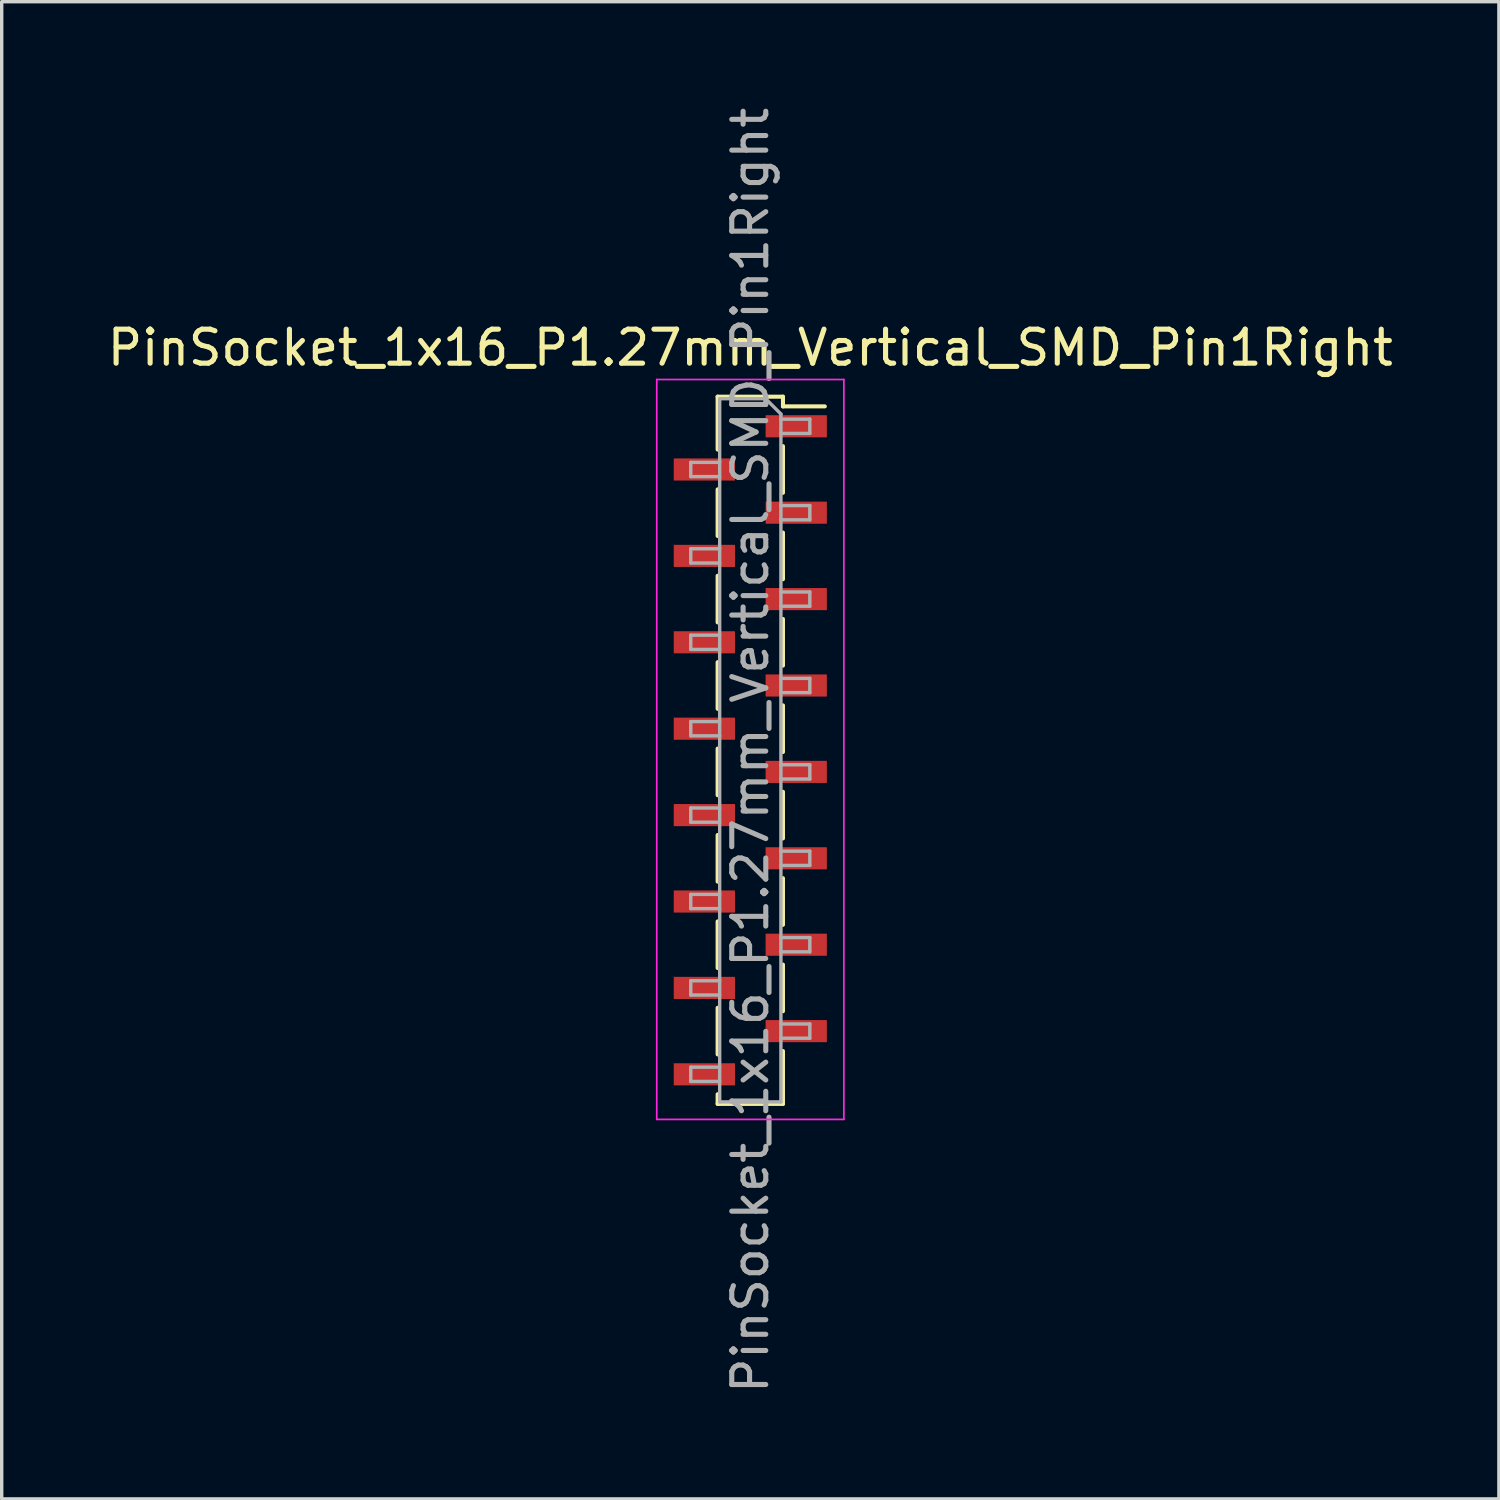
<source format=kicad_pcb>
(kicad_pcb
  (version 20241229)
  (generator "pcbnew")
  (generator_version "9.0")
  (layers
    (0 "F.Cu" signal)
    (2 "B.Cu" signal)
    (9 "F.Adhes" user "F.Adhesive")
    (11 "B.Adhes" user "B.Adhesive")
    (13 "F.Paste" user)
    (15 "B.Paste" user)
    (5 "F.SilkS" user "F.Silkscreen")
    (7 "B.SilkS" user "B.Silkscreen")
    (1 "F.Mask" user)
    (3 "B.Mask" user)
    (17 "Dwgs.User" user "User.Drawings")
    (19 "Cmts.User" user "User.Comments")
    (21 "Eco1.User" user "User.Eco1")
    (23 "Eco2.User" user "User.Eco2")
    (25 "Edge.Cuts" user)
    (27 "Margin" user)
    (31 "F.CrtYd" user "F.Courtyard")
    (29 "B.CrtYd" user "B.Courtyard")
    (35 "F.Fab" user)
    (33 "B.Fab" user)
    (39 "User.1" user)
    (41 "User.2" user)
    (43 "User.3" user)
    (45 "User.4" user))
  (footprint "PinSocket_1x16_P1.27mm_Vertical_SMD_Pin1Right"
    (layer "F.Cu")
    (at 19.006 19.006)
    (property "Reference" "PinSocket_1x16_P1.27mm_Vertical_SMD_Pin1Right" (at 0 -11.835 0) (layer "F.SilkS") (effects (font (size 1 1) (thickness 0.15))))
    (attr smd)
    (fp_line (start -0.96 -10.395) (end -0.96 -8.84) (stroke (width 0.12) (type solid)) (layer "F.SilkS"))
    (fp_line (start -0.96 -10.395) (end 0.96 -10.395) (stroke (width 0.12) (type solid)) (layer "F.SilkS"))
    (fp_line (start -0.96 -7.67) (end -0.96 -6.3) (stroke (width 0.12) (type solid)) (layer "F.SilkS"))
    (fp_line (start -0.96 -5.13) (end -0.96 -3.76) (stroke (width 0.12) (type solid)) (layer "F.SilkS"))
    (fp_line (start -0.96 -2.59) (end -0.96 -1.22) (stroke (width 0.12) (type solid)) (layer "F.SilkS"))
    (fp_line (start -0.96 -0.05) (end -0.96 1.32) (stroke (width 0.12) (type solid)) (layer "F.SilkS"))
    (fp_line (start -0.96 2.49) (end -0.96 3.86) (stroke (width 0.12) (type solid)) (layer "F.SilkS"))
    (fp_line (start -0.96 5.03) (end -0.96 6.4) (stroke (width 0.12) (type solid)) (layer "F.SilkS"))
    (fp_line (start -0.96 7.57) (end -0.96 8.94) (stroke (width 0.12) (type solid)) (layer "F.SilkS"))
    (fp_line (start -0.96 10.11) (end -0.96 10.395) (stroke (width 0.12) (type solid)) (layer "F.SilkS"))
    (fp_line (start -0.96 10.395) (end 0.96 10.395) (stroke (width 0.12) (type solid)) (layer "F.SilkS"))
    (fp_line (start 0.96 -10.395) (end 0.96 -10.11) (stroke (width 0.12) (type solid)) (layer "F.SilkS"))
    (fp_line (start 0.96 -10.11) (end 2.19 -10.11) (stroke (width 0.12) (type solid)) (layer "F.SilkS"))
    (fp_line (start 0.96 -8.94) (end 0.96 -7.57) (stroke (width 0.12) (type solid)) (layer "F.SilkS"))
    (fp_line (start 0.96 -6.4) (end 0.96 -5.03) (stroke (width 0.12) (type solid)) (layer "F.SilkS"))
    (fp_line (start 0.96 -3.86) (end 0.96 -2.49) (stroke (width 0.12) (type solid)) (layer "F.SilkS"))
    (fp_line (start 0.96 -1.32) (end 0.96 0.05) (stroke (width 0.12) (type solid)) (layer "F.SilkS"))
    (fp_line (start 0.96 1.22) (end 0.96 2.59) (stroke (width 0.12) (type solid)) (layer "F.SilkS"))
    (fp_line (start 0.96 3.76) (end 0.96 5.13) (stroke (width 0.12) (type solid)) (layer "F.SilkS"))
    (fp_line (start 0.96 6.3) (end 0.96 7.67) (stroke (width 0.12) (type solid)) (layer "F.SilkS"))
    (fp_line (start 0.96 8.84) (end 0.96 10.395) (stroke (width 0.12) (type solid)) (layer "F.SilkS"))
    (fp_line (start -2.75 -10.9) (end 2.75 -10.9) (stroke (width 0.05) (type solid)) (layer "F.CrtYd"))
    (fp_line (start -2.75 10.85) (end -2.75 -10.9) (stroke (width 0.05) (type solid)) (layer "F.CrtYd"))
    (fp_line (start 2.75 -10.9) (end 2.75 10.85) (stroke (width 0.05) (type solid)) (layer "F.CrtYd"))
    (fp_line (start 2.75 10.85) (end -2.75 10.85) (stroke (width 0.05) (type solid)) (layer "F.CrtYd"))
    (fp_line (start -1.75 -8.465) (end -0.9 -8.465) (stroke (width 0.1) (type solid)) (layer "F.Fab"))
    (fp_line (start -1.75 -8.045) (end -1.75 -8.465) (stroke (width 0.1) (type solid)) (layer "F.Fab"))
    (fp_line (start -1.75 -5.925) (end -0.9 -5.925) (stroke (width 0.1) (type solid)) (layer "F.Fab"))
    (fp_line (start -1.75 -5.505) (end -1.75 -5.925) (stroke (width 0.1) (type solid)) (layer "F.Fab"))
    (fp_line (start -1.75 -3.385) (end -0.9 -3.385) (stroke (width 0.1) (type solid)) (layer "F.Fab"))
    (fp_line (start -1.75 -2.965) (end -1.75 -3.385) (stroke (width 0.1) (type solid)) (layer "F.Fab"))
    (fp_line (start -1.75 -0.845) (end -0.9 -0.845) (stroke (width 0.1) (type solid)) (layer "F.Fab"))
    (fp_line (start -1.75 -0.425) (end -1.75 -0.845) (stroke (width 0.1) (type solid)) (layer "F.Fab"))
    (fp_line (start -1.75 1.695) (end -0.9 1.695) (stroke (width 0.1) (type solid)) (layer "F.Fab"))
    (fp_line (start -1.75 2.115) (end -1.75 1.695) (stroke (width 0.1) (type solid)) (layer "F.Fab"))
    (fp_line (start -1.75 4.235) (end -0.9 4.235) (stroke (width 0.1) (type solid)) (layer "F.Fab"))
    (fp_line (start -1.75 4.655) (end -1.75 4.235) (stroke (width 0.1) (type solid)) (layer "F.Fab"))
    (fp_line (start -1.75 6.775) (end -0.9 6.775) (stroke (width 0.1) (type solid)) (layer "F.Fab"))
    (fp_line (start -1.75 7.195) (end -1.75 6.775) (stroke (width 0.1) (type solid)) (layer "F.Fab"))
    (fp_line (start -1.75 9.315) (end -0.9 9.315) (stroke (width 0.1) (type solid)) (layer "F.Fab"))
    (fp_line (start -1.75 9.735) (end -1.75 9.315) (stroke (width 0.1) (type solid)) (layer "F.Fab"))
    (fp_line (start -0.9 -10.335) (end 0.45 -10.335) (stroke (width 0.1) (type solid)) (layer "F.Fab"))
    (fp_line (start -0.9 -8.045) (end -1.75 -8.045) (stroke (width 0.1) (type solid)) (layer "F.Fab"))
    (fp_line (start -0.9 -5.505) (end -1.75 -5.505) (stroke (width 0.1) (type solid)) (layer "F.Fab"))
    (fp_line (start -0.9 -2.965) (end -1.75 -2.965) (stroke (width 0.1) (type solid)) (layer "F.Fab"))
    (fp_line (start -0.9 -0.425) (end -1.75 -0.425) (stroke (width 0.1) (type solid)) (layer "F.Fab"))
    (fp_line (start -0.9 2.115) (end -1.75 2.115) (stroke (width 0.1) (type solid)) (layer "F.Fab"))
    (fp_line (start -0.9 4.655) (end -1.75 4.655) (stroke (width 0.1) (type solid)) (layer "F.Fab"))
    (fp_line (start -0.9 7.195) (end -1.75 7.195) (stroke (width 0.1) (type solid)) (layer "F.Fab"))
    (fp_line (start -0.9 9.735) (end -1.75 9.735) (stroke (width 0.1) (type solid)) (layer "F.Fab"))
    (fp_line (start -0.9 10.335) (end -0.9 -10.335) (stroke (width 0.1) (type solid)) (layer "F.Fab"))
    (fp_line (start 0.45 -10.335) (end 0.9 -9.885) (stroke (width 0.1) (type solid)) (layer "F.Fab"))
    (fp_line (start 0.9 -9.885) (end 0.9 10.335) (stroke (width 0.1) (type solid)) (layer "F.Fab"))
    (fp_line (start 0.9 -9.735) (end 1.75 -9.735) (stroke (width 0.1) (type solid)) (layer "F.Fab"))
    (fp_line (start 0.9 -7.195) (end 1.75 -7.195) (stroke (width 0.1) (type solid)) (layer "F.Fab"))
    (fp_line (start 0.9 -4.655) (end 1.75 -4.655) (stroke (width 0.1) (type solid)) (layer "F.Fab"))
    (fp_line (start 0.9 -2.115) (end 1.75 -2.115) (stroke (width 0.1) (type solid)) (layer "F.Fab"))
    (fp_line (start 0.9 0.425) (end 1.75 0.425) (stroke (width 0.1) (type solid)) (layer "F.Fab"))
    (fp_line (start 0.9 2.965) (end 1.75 2.965) (stroke (width 0.1) (type solid)) (layer "F.Fab"))
    (fp_line (start 0.9 5.505) (end 1.75 5.505) (stroke (width 0.1) (type solid)) (layer "F.Fab"))
    (fp_line (start 0.9 8.045) (end 1.75 8.045) (stroke (width 0.1) (type solid)) (layer "F.Fab"))
    (fp_line (start 0.9 10.335) (end -0.9 10.335) (stroke (width 0.1) (type solid)) (layer "F.Fab"))
    (fp_line (start 1.75 -9.735) (end 1.75 -9.315) (stroke (width 0.1) (type solid)) (layer "F.Fab"))
    (fp_line (start 1.75 -9.315) (end 0.9 -9.315) (stroke (width 0.1) (type solid)) (layer "F.Fab"))
    (fp_line (start 1.75 -7.195) (end 1.75 -6.775) (stroke (width 0.1) (type solid)) (layer "F.Fab"))
    (fp_line (start 1.75 -6.775) (end 0.9 -6.775) (stroke (width 0.1) (type solid)) (layer "F.Fab"))
    (fp_line (start 1.75 -4.655) (end 1.75 -4.235) (stroke (width 0.1) (type solid)) (layer "F.Fab"))
    (fp_line (start 1.75 -4.235) (end 0.9 -4.235) (stroke (width 0.1) (type solid)) (layer "F.Fab"))
    (fp_line (start 1.75 -2.115) (end 1.75 -1.695) (stroke (width 0.1) (type solid)) (layer "F.Fab"))
    (fp_line (start 1.75 -1.695) (end 0.9 -1.695) (stroke (width 0.1) (type solid)) (layer "F.Fab"))
    (fp_line (start 1.75 0.425) (end 1.75 0.845) (stroke (width 0.1) (type solid)) (layer "F.Fab"))
    (fp_line (start 1.75 0.845) (end 0.9 0.845) (stroke (width 0.1) (type solid)) (layer "F.Fab"))
    (fp_line (start 1.75 2.965) (end 1.75 3.385) (stroke (width 0.1) (type solid)) (layer "F.Fab"))
    (fp_line (start 1.75 3.385) (end 0.9 3.385) (stroke (width 0.1) (type solid)) (layer "F.Fab"))
    (fp_line (start 1.75 5.505) (end 1.75 5.925) (stroke (width 0.1) (type solid)) (layer "F.Fab"))
    (fp_line (start 1.75 5.925) (end 0.9 5.925) (stroke (width 0.1) (type solid)) (layer "F.Fab"))
    (fp_line (start 1.75 8.045) (end 1.75 8.465) (stroke (width 0.1) (type solid)) (layer "F.Fab"))
    (fp_line (start 1.75 8.465) (end 0.9 8.465) (stroke (width 0.1) (type solid)) (layer "F.Fab"))
    (fp_text user "${REFERENCE}" (at 0 0 90) (layer "F.Fab") (effects (font (size 1 1) (thickness 0.15))))
    (pad "1" smd rect (at 1.35 -9.525) (size 1.8 0.65) (layers "F.Cu" "F.Mask" "F.Paste"))
    (pad "2" smd rect (at -1.35 -8.255) (size 1.8 0.65) (layers "F.Cu" "F.Mask" "F.Paste"))
    (pad "3" smd rect (at 1.35 -6.985) (size 1.8 0.65) (layers "F.Cu" "F.Mask" "F.Paste"))
    (pad "4" smd rect (at -1.35 -5.715) (size 1.8 0.65) (layers "F.Cu" "F.Mask" "F.Paste"))
    (pad "5" smd rect (at 1.35 -4.445) (size 1.8 0.65) (layers "F.Cu" "F.Mask" "F.Paste"))
    (pad "6" smd rect (at -1.35 -3.175) (size 1.8 0.65) (layers "F.Cu" "F.Mask" "F.Paste"))
    (pad "7" smd rect (at 1.35 -1.905) (size 1.8 0.65) (layers "F.Cu" "F.Mask" "F.Paste"))
    (pad "8" smd rect (at -1.35 -0.635) (size 1.8 0.65) (layers "F.Cu" "F.Mask" "F.Paste"))
    (pad "9" smd rect (at 1.35 0.635) (size 1.8 0.65) (layers "F.Cu" "F.Mask" "F.Paste"))
    (pad "10" smd rect (at -1.35 1.905) (size 1.8 0.65) (layers "F.Cu" "F.Mask" "F.Paste"))
    (pad "11" smd rect (at 1.35 3.175) (size 1.8 0.65) (layers "F.Cu" "F.Mask" "F.Paste"))
    (pad "12" smd rect (at -1.35 4.445) (size 1.8 0.65) (layers "F.Cu" "F.Mask" "F.Paste"))
    (pad "13" smd rect (at 1.35 5.715) (size 1.8 0.65) (layers "F.Cu" "F.Mask" "F.Paste"))
    (pad "14" smd rect (at -1.35 6.985) (size 1.8 0.65) (layers "F.Cu" "F.Mask" "F.Paste"))
    (pad "15" smd rect (at 1.35 8.255) (size 1.8 0.65) (layers "F.Cu" "F.Mask" "F.Paste"))
    (pad "16" smd rect (at -1.35 9.525) (size 1.8 0.65) (layers "F.Cu" "F.Mask" "F.Paste")))
  (gr_rect
    (start -3 -3)
    (end 41.012 41.012)
    (stroke (width 0.1) (type default))
    (fill no)
    (layer "Edge.Cuts")))
</source>
